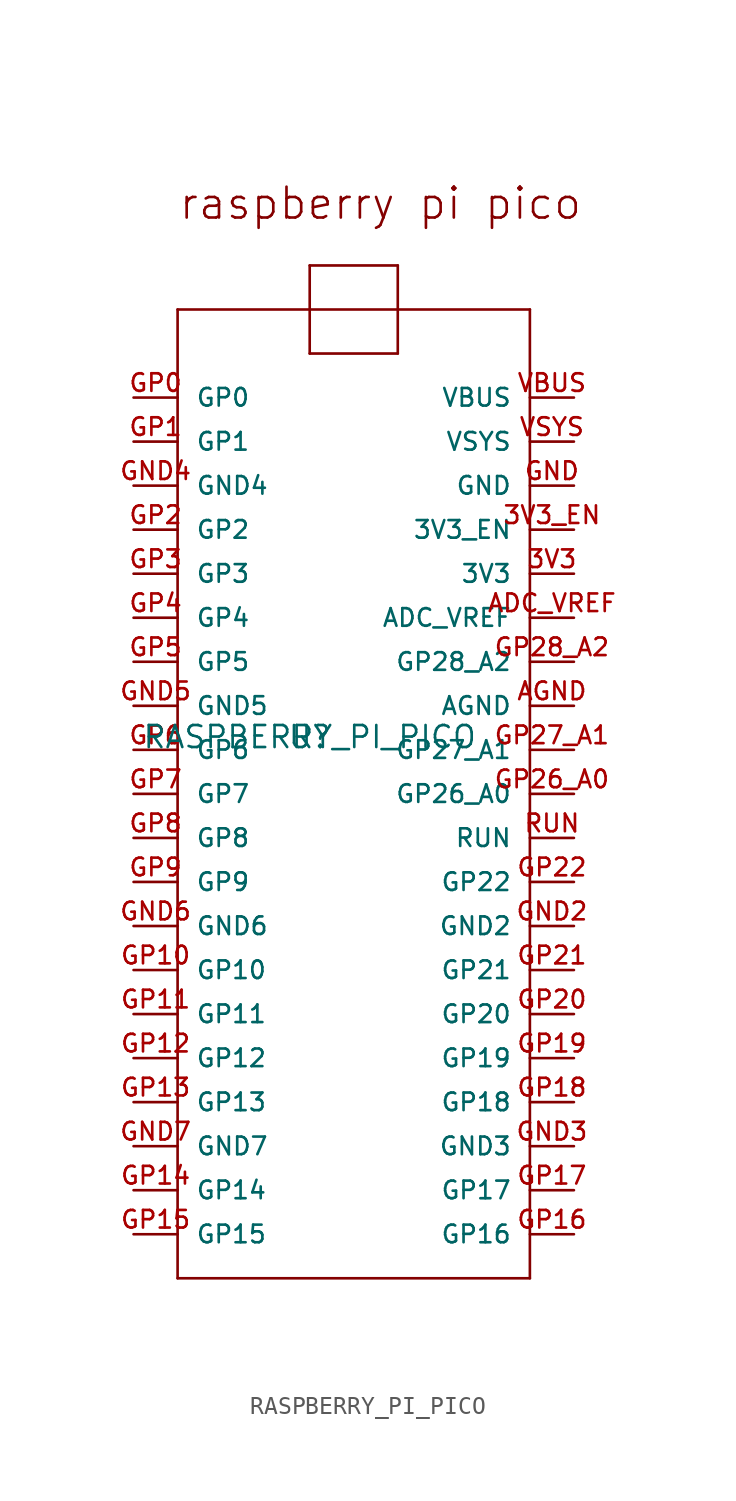
<source format=kicad_sym>
(kicad_symbol_lib
  (version 20211014)
  (generator kicad_symbol_editor)
  (symbol "RASPBERRY_PI_PICO"
    (pin_names
      (offset 1.016))
    (property "Reference" "U"
      (at 0 0 0)
      (effects (font (size 1.27 1.27)) (justify bottom)))
    (property "Value" "RASPBERRY_PI_PICO"
      (at 0 0.0 0)
      (effects (font (size 1.27 1.27)) (justify bottom)))
    (symbol "RASPBERRY_PI_PICO_0_0"
      (polyline (pts (xy -7.62 25.4) (xy -7.62 -30.48)) (stroke (width 0.152)))
      (polyline (pts (xy -7.62 -30.48) (xy 12.7 -30.48)) (stroke (width 0.152)))
      (polyline (pts (xy 12.7 -30.48) (xy 12.7 25.4)) (stroke (width 0.152)))
      (polyline (pts (xy 12.7 25.4) (xy -7.62 25.4)) (stroke (width 0.152)))
      (polyline (pts (xy 0.0 27.94) (xy 0.0 22.86)) (stroke (width 0.152)))
      (polyline (pts (xy 0.0 22.86) (xy 5.08 22.86)) (stroke (width 0.152)))
      (polyline (pts (xy 5.08 22.86) (xy 5.08 27.94)) (stroke (width 0.152)))
      (polyline (pts (xy 5.08 27.94) (xy 0.0 27.94)) (stroke (width 0.152)))
      (text "raspberry pi pico" (at -7.62 30.48 0) (effects (font (size 1.778 1.778)) (justify bottom left)))
      (pin bidirectional line (at 15.24 -27.94 180.0) (length 2.54) (name "GP16" (effects (font (size 1.016 1.016)))) (number "GP16" (effects (font (size 1.016 1.016)))))
      (pin bidirectional line (at 15.24 20.32 180.0) (length 2.54) (name "VBUS" (effects (font (size 1.016 1.016)))) (number "VBUS" (effects (font (size 1.016 1.016)))))
      (pin bidirectional line (at 15.24 17.78 180.0) (length 2.54) (name "VSYS" (effects (font (size 1.016 1.016)))) (number "VSYS" (effects (font (size 1.016 1.016)))))
      (pin bidirectional line (at 15.24 15.24 180.0) (length 2.54) (name "GND" (effects (font (size 1.016 1.016)))) (number "GND" (effects (font (size 1.016 1.016)))))
      (pin bidirectional line (at 15.24 12.7 180.0) (length 2.54) (name "3V3_EN" (effects (font (size 1.016 1.016)))) (number "3V3_EN" (effects (font (size 1.016 1.016)))))
      (pin bidirectional line (at 15.24 10.16 180.0) (length 2.54) (name "3V3" (effects (font (size 1.016 1.016)))) (number "3V3" (effects (font (size 1.016 1.016)))))
      (pin bidirectional line (at 15.24 7.62 180.0) (length 2.54) (name "ADC_VREF" (effects (font (size 1.016 1.016)))) (number "ADC_VREF" (effects (font (size 1.016 1.016)))))
      (pin bidirectional line (at 15.24 5.08 180.0) (length 2.54) (name "GP28_A2" (effects (font (size 1.016 1.016)))) (number "GP28_A2" (effects (font (size 1.016 1.016)))))
      (pin bidirectional line (at 15.24 2.54 180.0) (length 2.54) (name "AGND" (effects (font (size 1.016 1.016)))) (number "AGND" (effects (font (size 1.016 1.016)))))
      (pin bidirectional line (at 15.24 0.0 180.0) (length 2.54) (name "GP27_A1" (effects (font (size 1.016 1.016)))) (number "GP27_A1" (effects (font (size 1.016 1.016)))))
      (pin bidirectional line (at 15.24 -2.54 180.0) (length 2.54) (name "GP26_A0" (effects (font (size 1.016 1.016)))) (number "GP26_A0" (effects (font (size 1.016 1.016)))))
      (pin bidirectional line (at 15.24 -5.08 180.0) (length 2.54) (name "RUN" (effects (font (size 1.016 1.016)))) (number "RUN" (effects (font (size 1.016 1.016)))))
      (pin bidirectional line (at 15.24 -7.62 180.0) (length 2.54) (name "GP22" (effects (font (size 1.016 1.016)))) (number "GP22" (effects (font (size 1.016 1.016)))))
      (pin bidirectional line (at 15.24 -10.16 180.0) (length 2.54) (name "GND2" (effects (font (size 1.016 1.016)))) (number "GND2" (effects (font (size 1.016 1.016)))))
      (pin bidirectional line (at 15.24 -12.7 180.0) (length 2.54) (name "GP21" (effects (font (size 1.016 1.016)))) (number "GP21" (effects (font (size 1.016 1.016)))))
      (pin bidirectional line (at 15.24 -15.24 180.0) (length 2.54) (name "GP20" (effects (font (size 1.016 1.016)))) (number "GP20" (effects (font (size 1.016 1.016)))))
      (pin bidirectional line (at 15.24 -17.78 180.0) (length 2.54) (name "GP19" (effects (font (size 1.016 1.016)))) (number "GP19" (effects (font (size 1.016 1.016)))))
      (pin bidirectional line (at 15.24 -20.32 180.0) (length 2.54) (name "GP18" (effects (font (size 1.016 1.016)))) (number "GP18" (effects (font (size 1.016 1.016)))))
      (pin bidirectional line (at 15.24 -22.86 180.0) (length 2.54) (name "GND3" (effects (font (size 1.016 1.016)))) (number "GND3" (effects (font (size 1.016 1.016)))))
      (pin bidirectional line (at 15.24 -25.4 180.0) (length 2.54) (name "GP17" (effects (font (size 1.016 1.016)))) (number "GP17" (effects (font (size 1.016 1.016)))))
      (pin bidirectional line (at -10.16 -27.94 0) (length 2.54) (name "GP15" (effects (font (size 1.016 1.016)))) (number "GP15" (effects (font (size 1.016 1.016)))))
      (pin bidirectional line (at -10.16 -25.4 0) (length 2.54) (name "GP14" (effects (font (size 1.016 1.016)))) (number "GP14" (effects (font (size 1.016 1.016)))))
      (pin bidirectional line (at -10.16 -22.86 0) (length 2.54) (name "GND7" (effects (font (size 1.016 1.016)))) (number "GND7" (effects (font (size 1.016 1.016)))))
      (pin bidirectional line (at -10.16 -20.32 0) (length 2.54) (name "GP13" (effects (font (size 1.016 1.016)))) (number "GP13" (effects (font (size 1.016 1.016)))))
      (pin bidirectional line (at -10.16 -17.78 0) (length 2.54) (name "GP12" (effects (font (size 1.016 1.016)))) (number "GP12" (effects (font (size 1.016 1.016)))))
      (pin bidirectional line (at -10.16 -15.24 0) (length 2.54) (name "GP11" (effects (font (size 1.016 1.016)))) (number "GP11" (effects (font (size 1.016 1.016)))))
      (pin bidirectional line (at -10.16 -12.7 0) (length 2.54) (name "GP10" (effects (font (size 1.016 1.016)))) (number "GP10" (effects (font (size 1.016 1.016)))))
      (pin bidirectional line (at -10.16 -10.16 0) (length 2.54) (name "GND6" (effects (font (size 1.016 1.016)))) (number "GND6" (effects (font (size 1.016 1.016)))))
      (pin bidirectional line (at -10.16 -7.62 0) (length 2.54) (name "GP9" (effects (font (size 1.016 1.016)))) (number "GP9" (effects (font (size 1.016 1.016)))))
      (pin bidirectional line (at -10.16 -5.08 0) (length 2.54) (name "GP8" (effects (font (size 1.016 1.016)))) (number "GP8" (effects (font (size 1.016 1.016)))))
      (pin bidirectional line (at -10.16 -2.54 0) (length 2.54) (name "GP7" (effects (font (size 1.016 1.016)))) (number "GP7" (effects (font (size 1.016 1.016)))))
      (pin bidirectional line (at -10.16 0.0 0) (length 2.54) (name "GP6" (effects (font (size 1.016 1.016)))) (number "GP6" (effects (font (size 1.016 1.016)))))
      (pin bidirectional line (at -10.16 2.54 0) (length 2.54) (name "GND5" (effects (font (size 1.016 1.016)))) (number "GND5" (effects (font (size 1.016 1.016)))))
      (pin bidirectional line (at -10.16 5.08 0) (length 2.54) (name "GP5" (effects (font (size 1.016 1.016)))) (number "GP5" (effects (font (size 1.016 1.016)))))
      (pin bidirectional line (at -10.16 7.62 0) (length 2.54) (name "GP4" (effects (font (size 1.016 1.016)))) (number "GP4" (effects (font (size 1.016 1.016)))))
      (pin bidirectional line (at -10.16 10.16 0) (length 2.54) (name "GP3" (effects (font (size 1.016 1.016)))) (number "GP3" (effects (font (size 1.016 1.016)))))
      (pin bidirectional line (at -10.16 12.7 0) (length 2.54) (name "GP2" (effects (font (size 1.016 1.016)))) (number "GP2" (effects (font (size 1.016 1.016)))))
      (pin bidirectional line (at -10.16 15.24 0) (length 2.54) (name "GND4" (effects (font (size 1.016 1.016)))) (number "GND4" (effects (font (size 1.016 1.016)))))
      (pin bidirectional line (at -10.16 17.78 0) (length 2.54) (name "GP1" (effects (font (size 1.016 1.016)))) (number "GP1" (effects (font (size 1.016 1.016)))))
      (pin bidirectional line (at -10.16 20.32 0) (length 2.54) (name "GP0" (effects (font (size 1.016 1.016)))) (number "GP0" (effects (font (size 1.016 1.016))))))))
</source>
